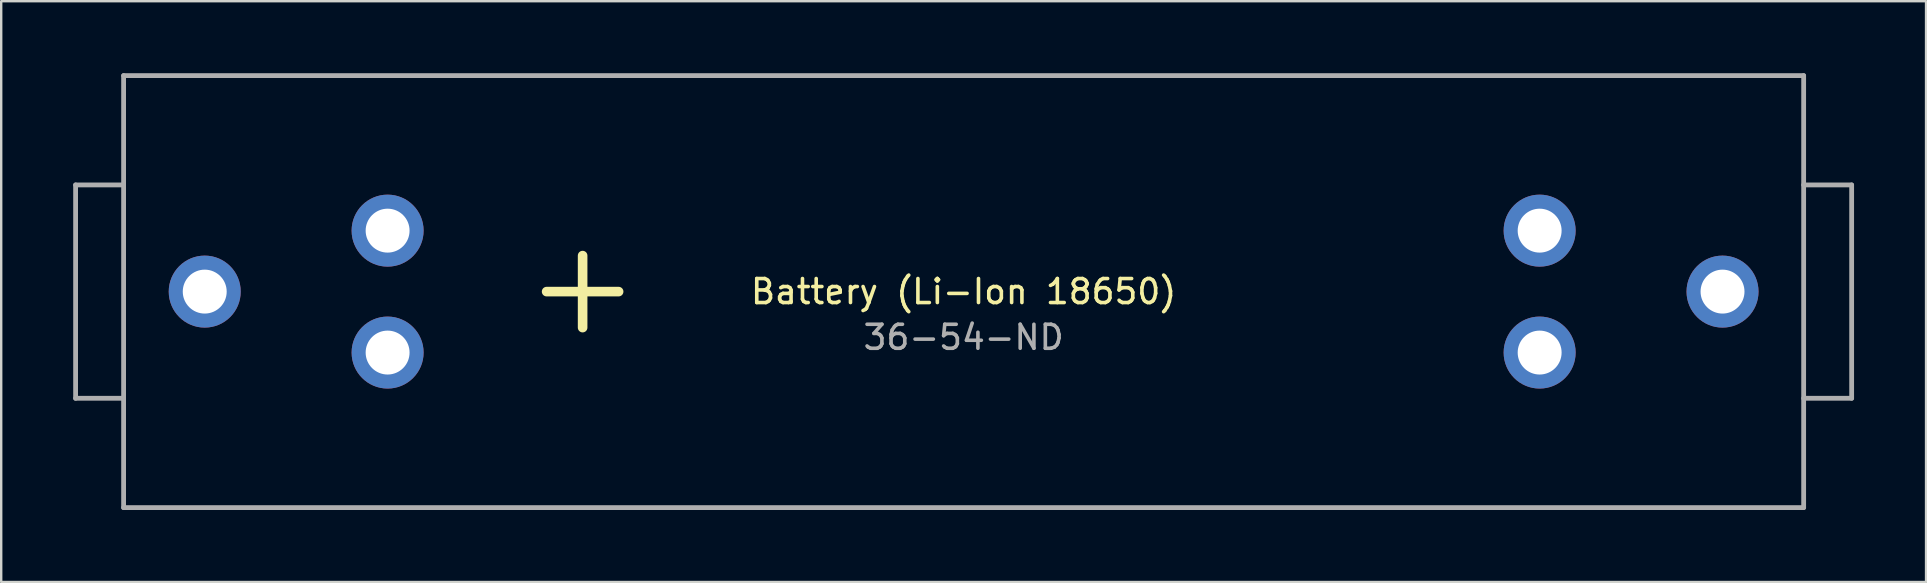
<source format=kicad_pcb>
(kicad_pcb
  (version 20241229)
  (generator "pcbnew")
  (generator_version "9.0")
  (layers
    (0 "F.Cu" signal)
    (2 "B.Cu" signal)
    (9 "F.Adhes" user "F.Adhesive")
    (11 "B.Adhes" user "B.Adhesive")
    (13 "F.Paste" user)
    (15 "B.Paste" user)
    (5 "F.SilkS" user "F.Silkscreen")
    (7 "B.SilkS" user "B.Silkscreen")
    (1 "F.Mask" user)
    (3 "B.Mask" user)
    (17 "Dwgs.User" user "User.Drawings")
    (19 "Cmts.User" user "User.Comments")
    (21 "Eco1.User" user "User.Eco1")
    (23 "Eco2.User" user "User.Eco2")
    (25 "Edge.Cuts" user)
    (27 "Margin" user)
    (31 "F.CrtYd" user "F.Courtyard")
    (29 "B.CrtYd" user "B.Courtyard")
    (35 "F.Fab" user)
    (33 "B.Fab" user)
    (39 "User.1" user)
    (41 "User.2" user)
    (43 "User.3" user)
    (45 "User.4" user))
  (footprint "36-54-ND"
    (layer "F.Cu")
    (at 37.1 9.1)
    (property "Reference" "36-54-ND" (at 0 1.905 0) (layer "F.Fab") (effects (font (size 1 1) (thickness 0.15))))
    (attr through_hole)
    (fp_line (start -15.875 -1.5) (end -15.875 1.5) (stroke (width 0.4) (type solid)) (layer "F.SilkS"))
    (fp_line (start -14.375 0) (end -17.375 0) (stroke (width 0.4) (type solid)) (layer "F.SilkS"))
    (fp_line (start -37 -4.445) (end -37 4.445) (stroke (width 0.2) (type solid)) (layer "F.Fab"))
    (fp_line (start -35 -9) (end -35 9) (stroke (width 0.2) (type solid)) (layer "F.Fab"))
    (fp_line (start -35 -9) (end 35 -9) (stroke (width 0.2) (type solid)) (layer "F.Fab"))
    (fp_line (start -35 -4.445) (end -37 -4.445) (stroke (width 0.2) (type solid)) (layer "F.Fab"))
    (fp_line (start -35 4.445) (end -37 4.445) (stroke (width 0.2) (type solid)) (layer "F.Fab"))
    (fp_line (start -35 9) (end 35 9) (stroke (width 0.2) (type solid)) (layer "F.Fab"))
    (fp_line (start 35 -9) (end 35 9) (stroke (width 0.2) (type solid)) (layer "F.Fab"))
    (fp_line (start 35 -4.445) (end 37 -4.445) (stroke (width 0.2) (type solid)) (layer "F.Fab"))
    (fp_line (start 35 4.445) (end 37 4.445) (stroke (width 0.2) (type solid)) (layer "F.Fab"))
    (fp_line (start 37 -4.445) (end 37 4.445) (stroke (width 0.2) (type solid)) (layer "F.Fab"))
    (fp_text user "Battery (Li-Ion 18650)" (at 0 0 0) (layer "F.SilkS") (effects (font (size 1 1) (thickness 0.15))))
    (pad "1" thru_hole circle (at -31.62 0) (size 3 3) (drill 1.83) (layers "*.Cu" "*.Mask"))
    (pad "1" thru_hole circle (at -24 -2.54) (size 3 3) (drill 1.83) (layers "*.Cu" "*.Mask"))
    (pad "1" thru_hole circle (at -24 2.54) (size 3 3) (drill 1.83) (layers "*.Cu" "*.Mask"))
    (pad "2" thru_hole circle (at 24 -2.54) (size 3 3) (drill 1.83) (layers "*.Cu" "*.Mask"))
    (pad "2" thru_hole circle (at 24 2.54) (size 3 3) (drill 1.83) (layers "*.Cu" "*.Mask"))
    (pad "2" thru_hole circle (at 31.62 0) (size 3 3) (drill 1.83) (layers "*.Cu" "*.Mask")))
  (gr_rect
    (start -3 -3)
    (end 77.2 21.2)
    (stroke (width 0.1) (type default))
    (fill no)
    (layer "Edge.Cuts")))
</source>
